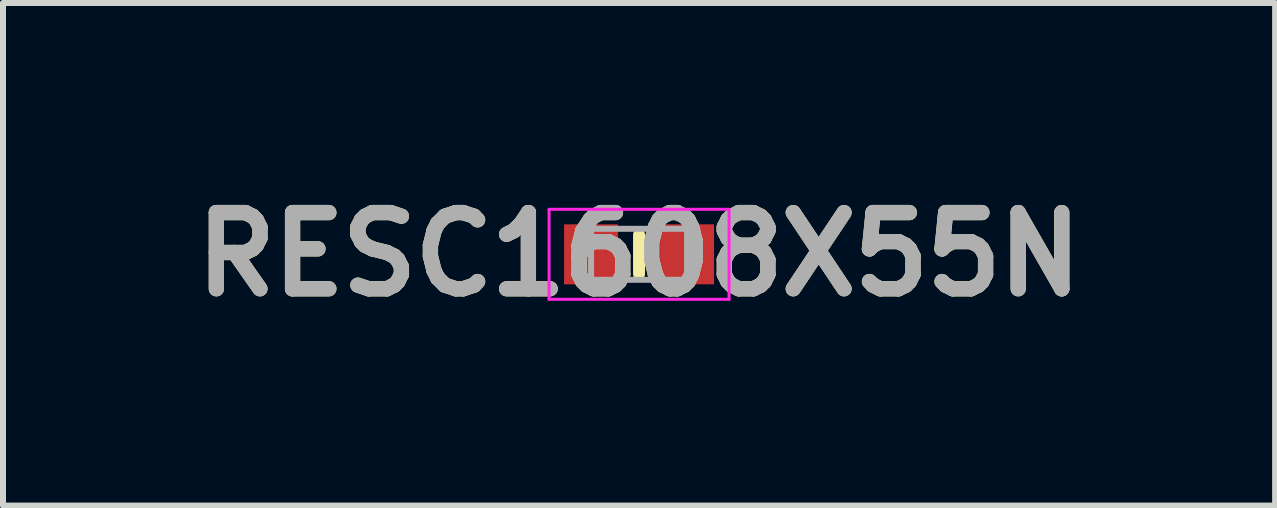
<source format=kicad_pcb>
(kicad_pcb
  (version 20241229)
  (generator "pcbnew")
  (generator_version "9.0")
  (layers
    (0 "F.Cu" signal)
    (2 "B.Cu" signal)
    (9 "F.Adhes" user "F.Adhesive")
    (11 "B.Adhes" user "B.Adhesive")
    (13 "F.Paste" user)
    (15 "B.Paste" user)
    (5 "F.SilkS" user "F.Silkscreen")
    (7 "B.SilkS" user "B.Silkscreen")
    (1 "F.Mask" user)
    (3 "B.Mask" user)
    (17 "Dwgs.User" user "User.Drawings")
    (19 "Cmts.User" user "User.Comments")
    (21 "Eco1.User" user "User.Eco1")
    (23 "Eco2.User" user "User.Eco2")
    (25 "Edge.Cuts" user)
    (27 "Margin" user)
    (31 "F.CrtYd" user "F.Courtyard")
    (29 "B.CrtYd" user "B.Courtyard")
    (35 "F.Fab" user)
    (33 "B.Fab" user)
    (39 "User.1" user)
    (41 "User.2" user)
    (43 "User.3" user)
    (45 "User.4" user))
  (footprint "RESC1608X55N"
    (layer "F.Cu")
    (at 7.602 1.189)
    (property "Reference" "RESC1608X55N" (at 0 0 0) (layer "F.SilkS") (effects (font (size 1.27 1.27) (thickness 0.254))))
    (attr smd)
    (fp_line (start 0 -0.325) (end 0 0.325) (stroke (width 0.2) (type solid)) (layer "F.SilkS"))
    (fp_line (start -1.5 -0.75) (end 1.5 -0.75) (stroke (width 0.05) (type solid)) (layer "F.CrtYd"))
    (fp_line (start -1.5 0.75) (end -1.5 -0.75) (stroke (width 0.05) (type solid)) (layer "F.CrtYd"))
    (fp_line (start 1.5 -0.75) (end 1.5 0.75) (stroke (width 0.05) (type solid)) (layer "F.CrtYd"))
    (fp_line (start 1.5 0.75) (end -1.5 0.75) (stroke (width 0.05) (type solid)) (layer "F.CrtYd"))
    (fp_line (start -0.8 -0.425) (end 0.8 -0.425) (stroke (width 0.1) (type solid)) (layer "F.Fab"))
    (fp_line (start -0.8 0.425) (end -0.8 -0.425) (stroke (width 0.1) (type solid)) (layer "F.Fab"))
    (fp_line (start 0.8 -0.425) (end 0.8 0.425) (stroke (width 0.1) (type solid)) (layer "F.Fab"))
    (fp_line (start 0.8 0.425) (end -0.8 0.425) (stroke (width 0.1) (type solid)) (layer "F.Fab"))
    (fp_text user "${REFERENCE}" (at 0 0 0) (layer "F.Fab") (effects (font (size 1.27 1.27) (thickness 0.254))))
    (pad "1" smd rect (at -0.8 0) (size 0.9 1) (layers "F.Cu" "F.Mask" "F.Paste"))
    (pad "2" smd rect (at 0.8 0) (size 0.9 1) (layers "F.Cu" "F.Mask" "F.Paste")))
  (gr_rect
    (start -3 -3)
    (end 18.204 5.377)
    (stroke (width 0.1) (type default))
    (fill no)
    (layer "Edge.Cuts")))
</source>
